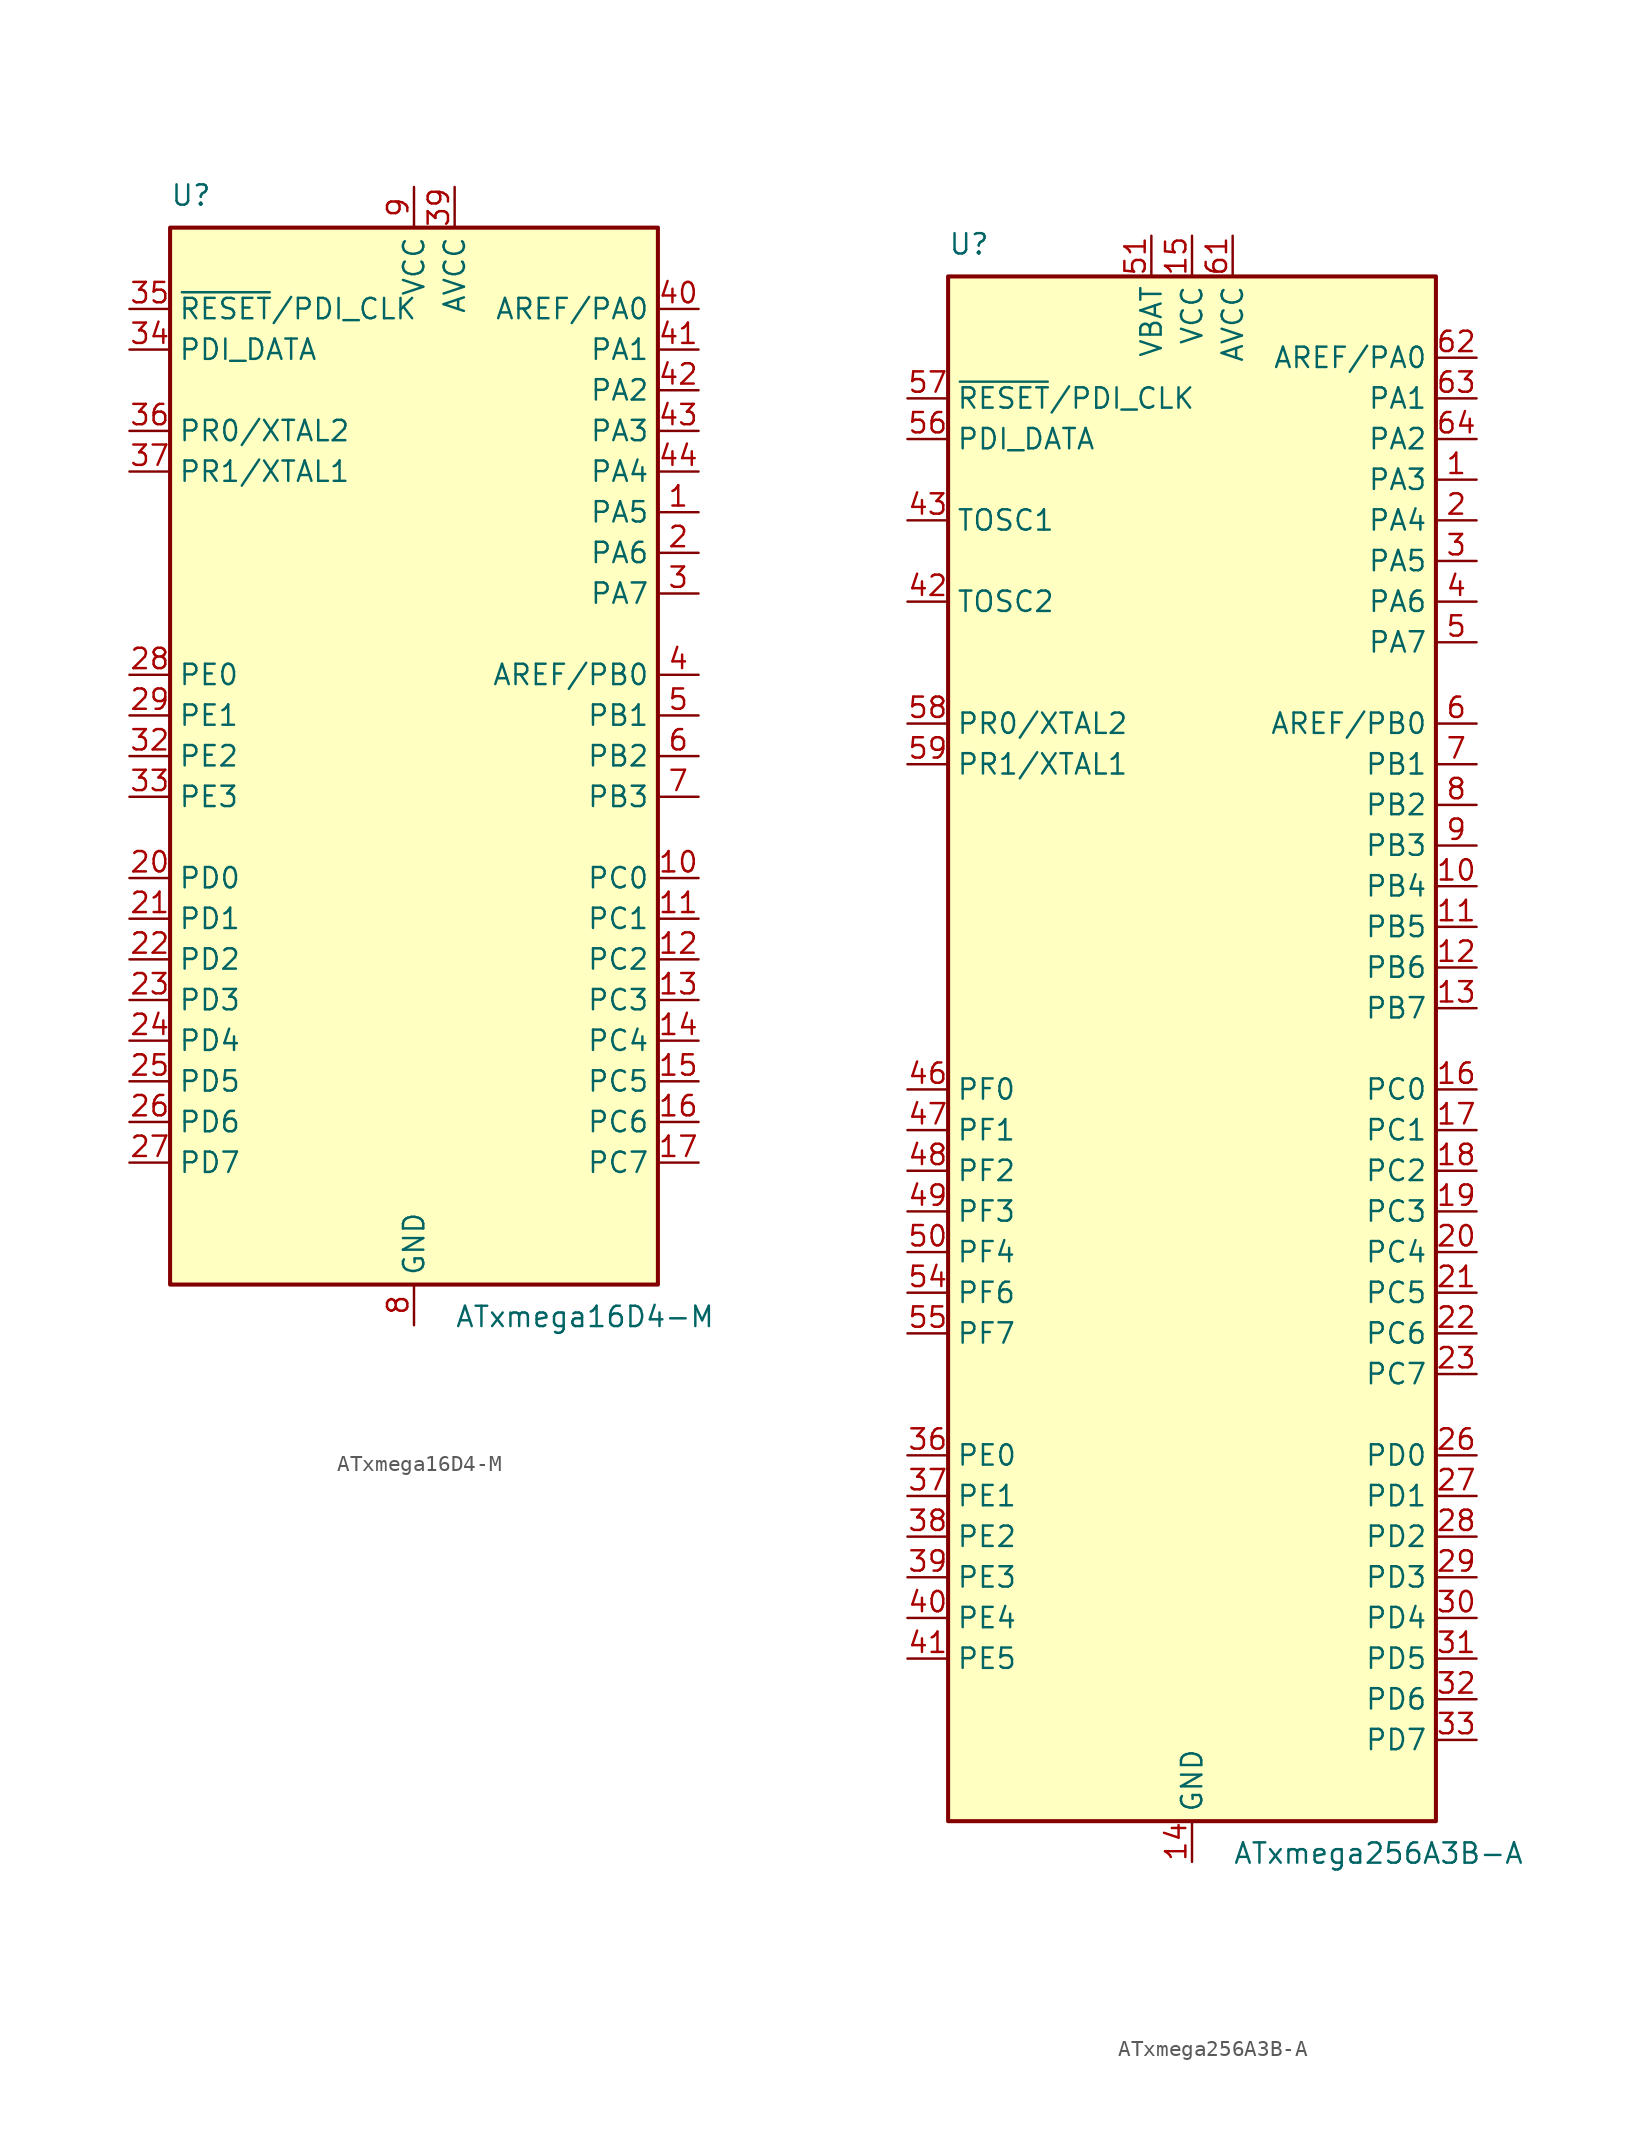
<source format=kicad_sym>
(kicad_symbol_lib
  (version 20201005)
  (generator kicad_symbol_editor)
  (symbol "ATxmega16D4-M"
    (property "Reference" "U"
      (at -15.24 34.29 0)
      (effects (font (size 1.27 1.27)) (justify left bottom)))
    (property "Value" "ATxmega16D4-M"
      (at 2.54 -34.29 0)
      (effects (font (size 1.27 1.27)) (justify left top)))
    (symbol "ATxmega16D4-M_0_1"
      (rectangle (start -15.24 -33.02) (end 15.24 33.02) (stroke (width 0.254)) (fill (type background))))
    (symbol "ATxmega16D4-M_1_1"
      (pin bidirectional line (at 17.78 15.24 180) (length 2.54) (name "PA5" (effects (font (size 1.27 1.27)))) (number "1" (effects (font (size 1.27 1.27)))))
      (pin bidirectional line (at 17.78 -7.62 180) (length 2.54) (name "PC0" (effects (font (size 1.27 1.27)))) (number "10" (effects (font (size 1.27 1.27)))))
      (pin bidirectional line (at 17.78 -10.16 180) (length 2.54) (name "PC1" (effects (font (size 1.27 1.27)))) (number "11" (effects (font (size 1.27 1.27)))))
      (pin bidirectional line (at 17.78 -12.7 180) (length 2.54) (name "PC2" (effects (font (size 1.27 1.27)))) (number "12" (effects (font (size 1.27 1.27)))))
      (pin bidirectional line (at 17.78 -15.24 180) (length 2.54) (name "PC3" (effects (font (size 1.27 1.27)))) (number "13" (effects (font (size 1.27 1.27)))))
      (pin bidirectional line (at 17.78 -17.78 180) (length 2.54) (name "PC4" (effects (font (size 1.27 1.27)))) (number "14" (effects (font (size 1.27 1.27)))))
      (pin bidirectional line (at 17.78 -20.32 180) (length 2.54) (name "PC5" (effects (font (size 1.27 1.27)))) (number "15" (effects (font (size 1.27 1.27)))))
      (pin bidirectional line (at 17.78 -22.86 180) (length 2.54) (name "PC6" (effects (font (size 1.27 1.27)))) (number "16" (effects (font (size 1.27 1.27)))))
      (pin bidirectional line (at 17.78 -25.4 180) (length 2.54) (name "PC7" (effects (font (size 1.27 1.27)))) (number "17" (effects (font (size 1.27 1.27)))))
      (pin passive line (at 0 -35.56 90) (length 2.54) hide (name "GND" (effects (font (size 1.27 1.27)))) (number "18" (effects (font (size 1.27 1.27)))))
      (pin passive line (at 0 35.56 270) (length 2.54) hide (name "VCC" (effects (font (size 1.27 1.27)))) (number "19" (effects (font (size 1.27 1.27)))))
      (pin bidirectional line (at 17.78 12.7 180) (length 2.54) (name "PA6" (effects (font (size 1.27 1.27)))) (number "2" (effects (font (size 1.27 1.27)))))
      (pin bidirectional line (at -17.78 -7.62 0) (length 2.54) (name "PD0" (effects (font (size 1.27 1.27)))) (number "20" (effects (font (size 1.27 1.27)))))
      (pin bidirectional line (at -17.78 -10.16 0) (length 2.54) (name "PD1" (effects (font (size 1.27 1.27)))) (number "21" (effects (font (size 1.27 1.27)))))
      (pin bidirectional line (at -17.78 -12.7 0) (length 2.54) (name "PD2" (effects (font (size 1.27 1.27)))) (number "22" (effects (font (size 1.27 1.27)))))
      (pin bidirectional line (at -17.78 -15.24 0) (length 2.54) (name "PD3" (effects (font (size 1.27 1.27)))) (number "23" (effects (font (size 1.27 1.27)))))
      (pin bidirectional line (at -17.78 -17.78 0) (length 2.54) (name "PD4" (effects (font (size 1.27 1.27)))) (number "24" (effects (font (size 1.27 1.27)))))
      (pin bidirectional line (at -17.78 -20.32 0) (length 2.54) (name "PD5" (effects (font (size 1.27 1.27)))) (number "25" (effects (font (size 1.27 1.27)))))
      (pin bidirectional line (at -17.78 -22.86 0) (length 2.54) (name "PD6" (effects (font (size 1.27 1.27)))) (number "26" (effects (font (size 1.27 1.27)))))
      (pin bidirectional line (at -17.78 -25.4 0) (length 2.54) (name "PD7" (effects (font (size 1.27 1.27)))) (number "27" (effects (font (size 1.27 1.27)))))
      (pin bidirectional line (at -17.78 5.08 0) (length 2.54) (name "PE0" (effects (font (size 1.27 1.27)))) (number "28" (effects (font (size 1.27 1.27)))))
      (pin bidirectional line (at -17.78 2.54 0) (length 2.54) (name "PE1" (effects (font (size 1.27 1.27)))) (number "29" (effects (font (size 1.27 1.27)))))
      (pin bidirectional line (at 17.78 10.16 180) (length 2.54) (name "PA7" (effects (font (size 1.27 1.27)))) (number "3" (effects (font (size 1.27 1.27)))))
      (pin passive line (at 0 -35.56 90) (length 2.54) hide (name "GND" (effects (font (size 1.27 1.27)))) (number "30" (effects (font (size 1.27 1.27)))))
      (pin passive line (at 0 35.56 270) (length 2.54) hide (name "VCC" (effects (font (size 1.27 1.27)))) (number "31" (effects (font (size 1.27 1.27)))))
      (pin bidirectional line (at -17.78 0 0) (length 2.54) (name "PE2" (effects (font (size 1.27 1.27)))) (number "32" (effects (font (size 1.27 1.27)))))
      (pin bidirectional line (at -17.78 -2.54 0) (length 2.54) (name "PE3" (effects (font (size 1.27 1.27)))) (number "33" (effects (font (size 1.27 1.27)))))
      (pin bidirectional line (at -17.78 25.4 0) (length 2.54) (name "PDI_DATA" (effects (font (size 1.27 1.27)))) (number "34" (effects (font (size 1.27 1.27)))))
      (pin input line (at -17.78 27.94 0) (length 2.54) (name "~RESET~/PDI_CLK" (effects (font (size 1.27 1.27)))) (number "35" (effects (font (size 1.27 1.27)))))
      (pin bidirectional line (at -17.78 20.32 0) (length 2.54) (name "PR0/XTAL2" (effects (font (size 1.27 1.27)))) (number "36" (effects (font (size 1.27 1.27)))))
      (pin bidirectional line (at -17.78 17.78 0) (length 2.54) (name "PR1/XTAL1" (effects (font (size 1.27 1.27)))) (number "37" (effects (font (size 1.27 1.27)))))
      (pin passive line (at 0 -35.56 90) (length 2.54) hide (name "GND" (effects (font (size 1.27 1.27)))) (number "38" (effects (font (size 1.27 1.27)))))
      (pin power_in line (at 2.54 35.56 270) (length 2.54) (name "AVCC" (effects (font (size 1.27 1.27)))) (number "39" (effects (font (size 1.27 1.27)))))
      (pin bidirectional line (at 17.78 5.08 180) (length 2.54) (name "AREF/PB0" (effects (font (size 1.27 1.27)))) (number "4" (effects (font (size 1.27 1.27)))))
      (pin bidirectional line (at 17.78 27.94 180) (length 2.54) (name "AREF/PA0" (effects (font (size 1.27 1.27)))) (number "40" (effects (font (size 1.27 1.27)))))
      (pin bidirectional line (at 17.78 25.4 180) (length 2.54) (name "PA1" (effects (font (size 1.27 1.27)))) (number "41" (effects (font (size 1.27 1.27)))))
      (pin bidirectional line (at 17.78 22.86 180) (length 2.54) (name "PA2" (effects (font (size 1.27 1.27)))) (number "42" (effects (font (size 1.27 1.27)))))
      (pin bidirectional line (at 17.78 20.32 180) (length 2.54) (name "PA3" (effects (font (size 1.27 1.27)))) (number "43" (effects (font (size 1.27 1.27)))))
      (pin bidirectional line (at 17.78 17.78 180) (length 2.54) (name "PA4" (effects (font (size 1.27 1.27)))) (number "44" (effects (font (size 1.27 1.27)))))
      (pin passive line (at 0 -35.56 90) (length 2.54) hide (name "GND" (effects (font (size 1.27 1.27)))) (number "45" (effects (font (size 1.27 1.27)))))
      (pin bidirectional line (at 17.78 2.54 180) (length 2.54) (name "PB1" (effects (font (size 1.27 1.27)))) (number "5" (effects (font (size 1.27 1.27)))))
      (pin bidirectional line (at 17.78 0 180) (length 2.54) (name "PB2" (effects (font (size 1.27 1.27)))) (number "6" (effects (font (size 1.27 1.27)))))
      (pin bidirectional line (at 17.78 -2.54 180) (length 2.54) (name "PB3" (effects (font (size 1.27 1.27)))) (number "7" (effects (font (size 1.27 1.27)))))
      (pin power_in line (at 0 -35.56 90) (length 2.54) (name "GND" (effects (font (size 1.27 1.27)))) (number "8" (effects (font (size 1.27 1.27)))))
      (pin power_in line (at 0 35.56 270) (length 2.54) (name "VCC" (effects (font (size 1.27 1.27)))) (number "9" (effects (font (size 1.27 1.27)))))))
  (symbol "ATxmega256A3B-A"
    (property "Reference" "U"
      (at -15.24 49.53 0)
      (effects (font (size 1.27 1.27)) (justify left bottom)))
    (property "Value" "ATxmega256A3B-A"
      (at 2.54 -49.53 0)
      (effects (font (size 1.27 1.27)) (justify left top)))
    (symbol "ATxmega256A3B-A_0_1"
      (rectangle (start -15.24 -48.26) (end 15.24 48.26) (stroke (width 0.254)) (fill (type background))))
    (symbol "ATxmega256A3B-A_1_1"
      (pin bidirectional line (at 17.78 35.56 180) (length 2.54) (name "PA3" (effects (font (size 1.27 1.27)))) (number "1" (effects (font (size 1.27 1.27)))))
      (pin bidirectional line (at 17.78 10.16 180) (length 2.54) (name "PB4" (effects (font (size 1.27 1.27)))) (number "10" (effects (font (size 1.27 1.27)))))
      (pin bidirectional line (at 17.78 7.62 180) (length 2.54) (name "PB5" (effects (font (size 1.27 1.27)))) (number "11" (effects (font (size 1.27 1.27)))))
      (pin bidirectional line (at 17.78 5.08 180) (length 2.54) (name "PB6" (effects (font (size 1.27 1.27)))) (number "12" (effects (font (size 1.27 1.27)))))
      (pin bidirectional line (at 17.78 2.54 180) (length 2.54) (name "PB7" (effects (font (size 1.27 1.27)))) (number "13" (effects (font (size 1.27 1.27)))))
      (pin power_in line (at 0 -50.8 90) (length 2.54) (name "GND" (effects (font (size 1.27 1.27)))) (number "14" (effects (font (size 1.27 1.27)))))
      (pin power_in line (at 0 50.8 270) (length 2.54) (name "VCC" (effects (font (size 1.27 1.27)))) (number "15" (effects (font (size 1.27 1.27)))))
      (pin bidirectional line (at 17.78 -2.54 180) (length 2.54) (name "PC0" (effects (font (size 1.27 1.27)))) (number "16" (effects (font (size 1.27 1.27)))))
      (pin bidirectional line (at 17.78 -5.08 180) (length 2.54) (name "PC1" (effects (font (size 1.27 1.27)))) (number "17" (effects (font (size 1.27 1.27)))))
      (pin bidirectional line (at 17.78 -7.62 180) (length 2.54) (name "PC2" (effects (font (size 1.27 1.27)))) (number "18" (effects (font (size 1.27 1.27)))))
      (pin bidirectional line (at 17.78 -10.16 180) (length 2.54) (name "PC3" (effects (font (size 1.27 1.27)))) (number "19" (effects (font (size 1.27 1.27)))))
      (pin bidirectional line (at 17.78 33.02 180) (length 2.54) (name "PA4" (effects (font (size 1.27 1.27)))) (number "2" (effects (font (size 1.27 1.27)))))
      (pin bidirectional line (at 17.78 -12.7 180) (length 2.54) (name "PC4" (effects (font (size 1.27 1.27)))) (number "20" (effects (font (size 1.27 1.27)))))
      (pin bidirectional line (at 17.78 -15.24 180) (length 2.54) (name "PC5" (effects (font (size 1.27 1.27)))) (number "21" (effects (font (size 1.27 1.27)))))
      (pin bidirectional line (at 17.78 -17.78 180) (length 2.54) (name "PC6" (effects (font (size 1.27 1.27)))) (number "22" (effects (font (size 1.27 1.27)))))
      (pin bidirectional line (at 17.78 -20.32 180) (length 2.54) (name "PC7" (effects (font (size 1.27 1.27)))) (number "23" (effects (font (size 1.27 1.27)))))
      (pin passive line (at 0 -50.8 90) (length 2.54) hide (name "GND" (effects (font (size 1.27 1.27)))) (number "24" (effects (font (size 1.27 1.27)))))
      (pin passive line (at 0 50.8 270) (length 2.54) hide (name "VCC" (effects (font (size 1.27 1.27)))) (number "25" (effects (font (size 1.27 1.27)))))
      (pin bidirectional line (at 17.78 -25.4 180) (length 2.54) (name "PD0" (effects (font (size 1.27 1.27)))) (number "26" (effects (font (size 1.27 1.27)))))
      (pin bidirectional line (at 17.78 -27.94 180) (length 2.54) (name "PD1" (effects (font (size 1.27 1.27)))) (number "27" (effects (font (size 1.27 1.27)))))
      (pin bidirectional line (at 17.78 -30.48 180) (length 2.54) (name "PD2" (effects (font (size 1.27 1.27)))) (number "28" (effects (font (size 1.27 1.27)))))
      (pin bidirectional line (at 17.78 -33.02 180) (length 2.54) (name "PD3" (effects (font (size 1.27 1.27)))) (number "29" (effects (font (size 1.27 1.27)))))
      (pin bidirectional line (at 17.78 30.48 180) (length 2.54) (name "PA5" (effects (font (size 1.27 1.27)))) (number "3" (effects (font (size 1.27 1.27)))))
      (pin bidirectional line (at 17.78 -35.56 180) (length 2.54) (name "PD4" (effects (font (size 1.27 1.27)))) (number "30" (effects (font (size 1.27 1.27)))))
      (pin bidirectional line (at 17.78 -38.1 180) (length 2.54) (name "PD5" (effects (font (size 1.27 1.27)))) (number "31" (effects (font (size 1.27 1.27)))))
      (pin bidirectional line (at 17.78 -40.64 180) (length 2.54) (name "PD6" (effects (font (size 1.27 1.27)))) (number "32" (effects (font (size 1.27 1.27)))))
      (pin bidirectional line (at 17.78 -43.18 180) (length 2.54) (name "PD7" (effects (font (size 1.27 1.27)))) (number "33" (effects (font (size 1.27 1.27)))))
      (pin passive line (at 0 -50.8 90) (length 2.54) hide (name "GND" (effects (font (size 1.27 1.27)))) (number "34" (effects (font (size 1.27 1.27)))))
      (pin passive line (at 0 50.8 270) (length 2.54) hide (name "VCC" (effects (font (size 1.27 1.27)))) (number "35" (effects (font (size 1.27 1.27)))))
      (pin bidirectional line (at -17.78 -25.4 0) (length 2.54) (name "PE0" (effects (font (size 1.27 1.27)))) (number "36" (effects (font (size 1.27 1.27)))))
      (pin bidirectional line (at -17.78 -27.94 0) (length 2.54) (name "PE1" (effects (font (size 1.27 1.27)))) (number "37" (effects (font (size 1.27 1.27)))))
      (pin bidirectional line (at -17.78 -30.48 0) (length 2.54) (name "PE2" (effects (font (size 1.27 1.27)))) (number "38" (effects (font (size 1.27 1.27)))))
      (pin bidirectional line (at -17.78 -33.02 0) (length 2.54) (name "PE3" (effects (font (size 1.27 1.27)))) (number "39" (effects (font (size 1.27 1.27)))))
      (pin bidirectional line (at 17.78 27.94 180) (length 2.54) (name "PA6" (effects (font (size 1.27 1.27)))) (number "4" (effects (font (size 1.27 1.27)))))
      (pin bidirectional line (at -17.78 -35.56 0) (length 2.54) (name "PE4" (effects (font (size 1.27 1.27)))) (number "40" (effects (font (size 1.27 1.27)))))
      (pin bidirectional line (at -17.78 -38.1 0) (length 2.54) (name "PE5" (effects (font (size 1.27 1.27)))) (number "41" (effects (font (size 1.27 1.27)))))
      (pin passive line (at -17.78 27.94 0) (length 2.54) (name "TOSC2" (effects (font (size 1.27 1.27)))) (number "42" (effects (font (size 1.27 1.27)))))
      (pin input line (at -17.78 33.02 0) (length 2.54) (name "TOSC1" (effects (font (size 1.27 1.27)))) (number "43" (effects (font (size 1.27 1.27)))))
      (pin passive line (at 0 -50.8 90) (length 2.54) hide (name "GND" (effects (font (size 1.27 1.27)))) (number "44" (effects (font (size 1.27 1.27)))))
      (pin passive line (at 0 50.8 270) (length 2.54) hide (name "VCC" (effects (font (size 1.27 1.27)))) (number "45" (effects (font (size 1.27 1.27)))))
      (pin bidirectional line (at -17.78 -2.54 0) (length 2.54) (name "PF0" (effects (font (size 1.27 1.27)))) (number "46" (effects (font (size 1.27 1.27)))))
      (pin bidirectional line (at -17.78 -5.08 0) (length 2.54) (name "PF1" (effects (font (size 1.27 1.27)))) (number "47" (effects (font (size 1.27 1.27)))))
      (pin bidirectional line (at -17.78 -7.62 0) (length 2.54) (name "PF2" (effects (font (size 1.27 1.27)))) (number "48" (effects (font (size 1.27 1.27)))))
      (pin bidirectional line (at -17.78 -10.16 0) (length 2.54) (name "PF3" (effects (font (size 1.27 1.27)))) (number "49" (effects (font (size 1.27 1.27)))))
      (pin bidirectional line (at 17.78 25.4 180) (length 2.54) (name "PA7" (effects (font (size 1.27 1.27)))) (number "5" (effects (font (size 1.27 1.27)))))
      (pin bidirectional line (at -17.78 -12.7 0) (length 2.54) (name "PF4" (effects (font (size 1.27 1.27)))) (number "50" (effects (font (size 1.27 1.27)))))
      (pin power_in line (at -2.54 50.8 270) (length 2.54) (name "VBAT" (effects (font (size 1.27 1.27)))) (number "51" (effects (font (size 1.27 1.27)))))
      (pin passive line (at 0 -50.8 90) (length 2.54) hide (name "GND" (effects (font (size 1.27 1.27)))) (number "52" (effects (font (size 1.27 1.27)))))
      (pin passive line (at 0 50.8 270) (length 2.54) hide (name "VCC" (effects (font (size 1.27 1.27)))) (number "53" (effects (font (size 1.27 1.27)))))
      (pin bidirectional line (at -17.78 -15.24 0) (length 2.54) (name "PF6" (effects (font (size 1.27 1.27)))) (number "54" (effects (font (size 1.27 1.27)))))
      (pin bidirectional line (at -17.78 -17.78 0) (length 2.54) (name "PF7" (effects (font (size 1.27 1.27)))) (number "55" (effects (font (size 1.27 1.27)))))
      (pin bidirectional line (at -17.78 38.1 0) (length 2.54) (name "PDI_DATA" (effects (font (size 1.27 1.27)))) (number "56" (effects (font (size 1.27 1.27)))))
      (pin input line (at -17.78 40.64 0) (length 2.54) (name "~RESET~/PDI_CLK" (effects (font (size 1.27 1.27)))) (number "57" (effects (font (size 1.27 1.27)))))
      (pin bidirectional line (at -17.78 20.32 0) (length 2.54) (name "PR0/XTAL2" (effects (font (size 1.27 1.27)))) (number "58" (effects (font (size 1.27 1.27)))))
      (pin bidirectional line (at -17.78 17.78 0) (length 2.54) (name "PR1/XTAL1" (effects (font (size 1.27 1.27)))) (number "59" (effects (font (size 1.27 1.27)))))
      (pin bidirectional line (at 17.78 20.32 180) (length 2.54) (name "AREF/PB0" (effects (font (size 1.27 1.27)))) (number "6" (effects (font (size 1.27 1.27)))))
      (pin passive line (at 0 -50.8 90) (length 2.54) hide (name "GND" (effects (font (size 1.27 1.27)))) (number "60" (effects (font (size 1.27 1.27)))))
      (pin power_in line (at 2.54 50.8 270) (length 2.54) (name "AVCC" (effects (font (size 1.27 1.27)))) (number "61" (effects (font (size 1.27 1.27)))))
      (pin bidirectional line (at 17.78 43.18 180) (length 2.54) (name "AREF/PA0" (effects (font (size 1.27 1.27)))) (number "62" (effects (font (size 1.27 1.27)))))
      (pin bidirectional line (at 17.78 40.64 180) (length 2.54) (name "PA1" (effects (font (size 1.27 1.27)))) (number "63" (effects (font (size 1.27 1.27)))))
      (pin bidirectional line (at 17.78 38.1 180) (length 2.54) (name "PA2" (effects (font (size 1.27 1.27)))) (number "64" (effects (font (size 1.27 1.27)))))
      (pin bidirectional line (at 17.78 17.78 180) (length 2.54) (name "PB1" (effects (font (size 1.27 1.27)))) (number "7" (effects (font (size 1.27 1.27)))))
      (pin bidirectional line (at 17.78 15.24 180) (length 2.54) (name "PB2" (effects (font (size 1.27 1.27)))) (number "8" (effects (font (size 1.27 1.27)))))
      (pin bidirectional line (at 17.78 12.7 180) (length 2.54) (name "PB3" (effects (font (size 1.27 1.27)))) (number "9" (effects (font (size 1.27 1.27))))))))
</source>
